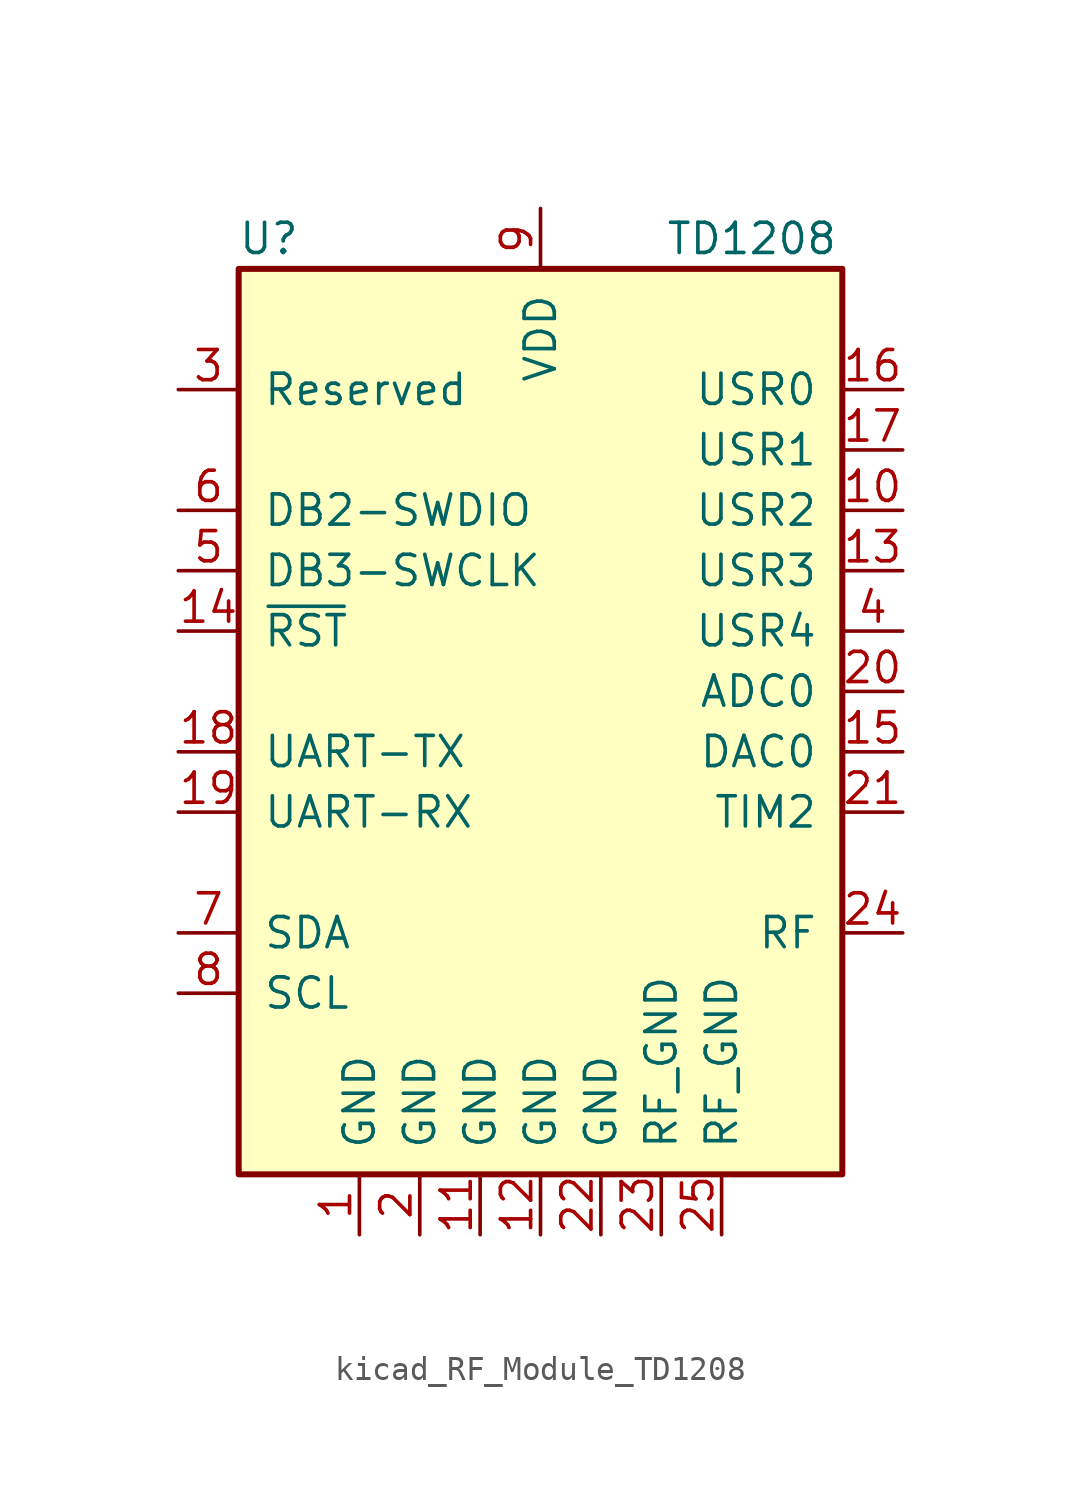
<source format=kicad_sym>
(kicad_symbol_lib
  (version 20220914)
  (generator kicad_symbol_editor)
  (symbol "kicad_RF_Module_TD1208"
    (pin_names
      (offset 1.016))
    (property "Reference" "U"
      (at -11.43 19.05 0)
      (effects (font (size 1.27 1.27))))
    (property "Value" "TD1208"
      (at 8.89 19.05 0)
      (effects (font (size 1.27 1.27))))
    (symbol "kicad_RF_Module_TD1208_0_1"
      (rectangle (start -12.7 17.78) (end 12.7 -20.32) (stroke (width 0.254) (type default)) (fill (type background))))
    (symbol "kicad_RF_Module_TD1208_1_1"
      (pin power_in line (at -7.62 -22.86 90) (length 2.54) (name "GND" (effects (font (size 1.27 1.27)))) (number "1" (effects (font (size 1.27 1.27)))))
      (pin bidirectional line (at 15.24 7.62 180) (length 2.54) (name "USR2" (effects (font (size 1.27 1.27)))) (number "10" (effects (font (size 1.27 1.27)))))
      (pin power_in line (at -2.54 -22.86 90) (length 2.54) (name "GND" (effects (font (size 1.27 1.27)))) (number "11" (effects (font (size 1.27 1.27)))))
      (pin power_in line (at 0 -22.86 90) (length 2.54) (name "GND" (effects (font (size 1.27 1.27)))) (number "12" (effects (font (size 1.27 1.27)))))
      (pin bidirectional line (at 15.24 5.08 180) (length 2.54) (name "USR3" (effects (font (size 1.27 1.27)))) (number "13" (effects (font (size 1.27 1.27)))))
      (pin input line (at -15.24 2.54 0) (length 2.54) (name "~{RST}" (effects (font (size 1.27 1.27)))) (number "14" (effects (font (size 1.27 1.27)))))
      (pin bidirectional line (at 15.24 -2.54 180) (length 2.54) (name "DAC0" (effects (font (size 1.27 1.27)))) (number "15" (effects (font (size 1.27 1.27)))))
      (pin bidirectional line (at 15.24 12.7 180) (length 2.54) (name "USR0" (effects (font (size 1.27 1.27)))) (number "16" (effects (font (size 1.27 1.27)))))
      (pin bidirectional line (at 15.24 10.16 180) (length 2.54) (name "USR1" (effects (font (size 1.27 1.27)))) (number "17" (effects (font (size 1.27 1.27)))))
      (pin bidirectional line (at -15.24 -2.54 0) (length 2.54) (name "UART-TX" (effects (font (size 1.27 1.27)))) (number "18" (effects (font (size 1.27 1.27)))))
      (pin bidirectional line (at -15.24 -5.08 0) (length 2.54) (name "UART-RX" (effects (font (size 1.27 1.27)))) (number "19" (effects (font (size 1.27 1.27)))))
      (pin power_in line (at -5.08 -22.86 90) (length 2.54) (name "GND" (effects (font (size 1.27 1.27)))) (number "2" (effects (font (size 1.27 1.27)))))
      (pin bidirectional line (at 15.24 0 180) (length 2.54) (name "ADC0" (effects (font (size 1.27 1.27)))) (number "20" (effects (font (size 1.27 1.27)))))
      (pin bidirectional line (at 15.24 -5.08 180) (length 2.54) (name "TIM2" (effects (font (size 1.27 1.27)))) (number "21" (effects (font (size 1.27 1.27)))))
      (pin power_in line (at 2.54 -22.86 90) (length 2.54) (name "GND" (effects (font (size 1.27 1.27)))) (number "22" (effects (font (size 1.27 1.27)))))
      (pin power_in line (at 5.08 -22.86 90) (length 2.54) (name "RF_GND" (effects (font (size 1.27 1.27)))) (number "23" (effects (font (size 1.27 1.27)))))
      (pin bidirectional line (at 15.24 -10.16 180) (length 2.54) (name "RF" (effects (font (size 1.27 1.27)))) (number "24" (effects (font (size 1.27 1.27)))))
      (pin power_in line (at 7.62 -22.86 90) (length 2.54) (name "RF_GND" (effects (font (size 1.27 1.27)))) (number "25" (effects (font (size 1.27 1.27)))))
      (pin unspecified line (at -15.24 12.7 0) (length 2.54) (name "Reserved" (effects (font (size 1.27 1.27)))) (number "3" (effects (font (size 1.27 1.27)))))
      (pin bidirectional line (at 15.24 2.54 180) (length 2.54) (name "USR4" (effects (font (size 1.27 1.27)))) (number "4" (effects (font (size 1.27 1.27)))))
      (pin bidirectional line (at -15.24 5.08 0) (length 2.54) (name "DB3-SWCLK" (effects (font (size 1.27 1.27)))) (number "5" (effects (font (size 1.27 1.27)))))
      (pin bidirectional line (at -15.24 7.62 0) (length 2.54) (name "DB2-SWDIO" (effects (font (size 1.27 1.27)))) (number "6" (effects (font (size 1.27 1.27)))))
      (pin bidirectional line (at -15.24 -10.16 0) (length 2.54) (name "SDA" (effects (font (size 1.27 1.27)))) (number "7" (effects (font (size 1.27 1.27)))))
      (pin bidirectional line (at -15.24 -12.7 0) (length 2.54) (name "SCL" (effects (font (size 1.27 1.27)))) (number "8" (effects (font (size 1.27 1.27)))))
      (pin power_in line (at 0 20.32 270) (length 2.54) (name "VDD" (effects (font (size 1.27 1.27)))) (number "9" (effects (font (size 1.27 1.27))))))))
</source>
